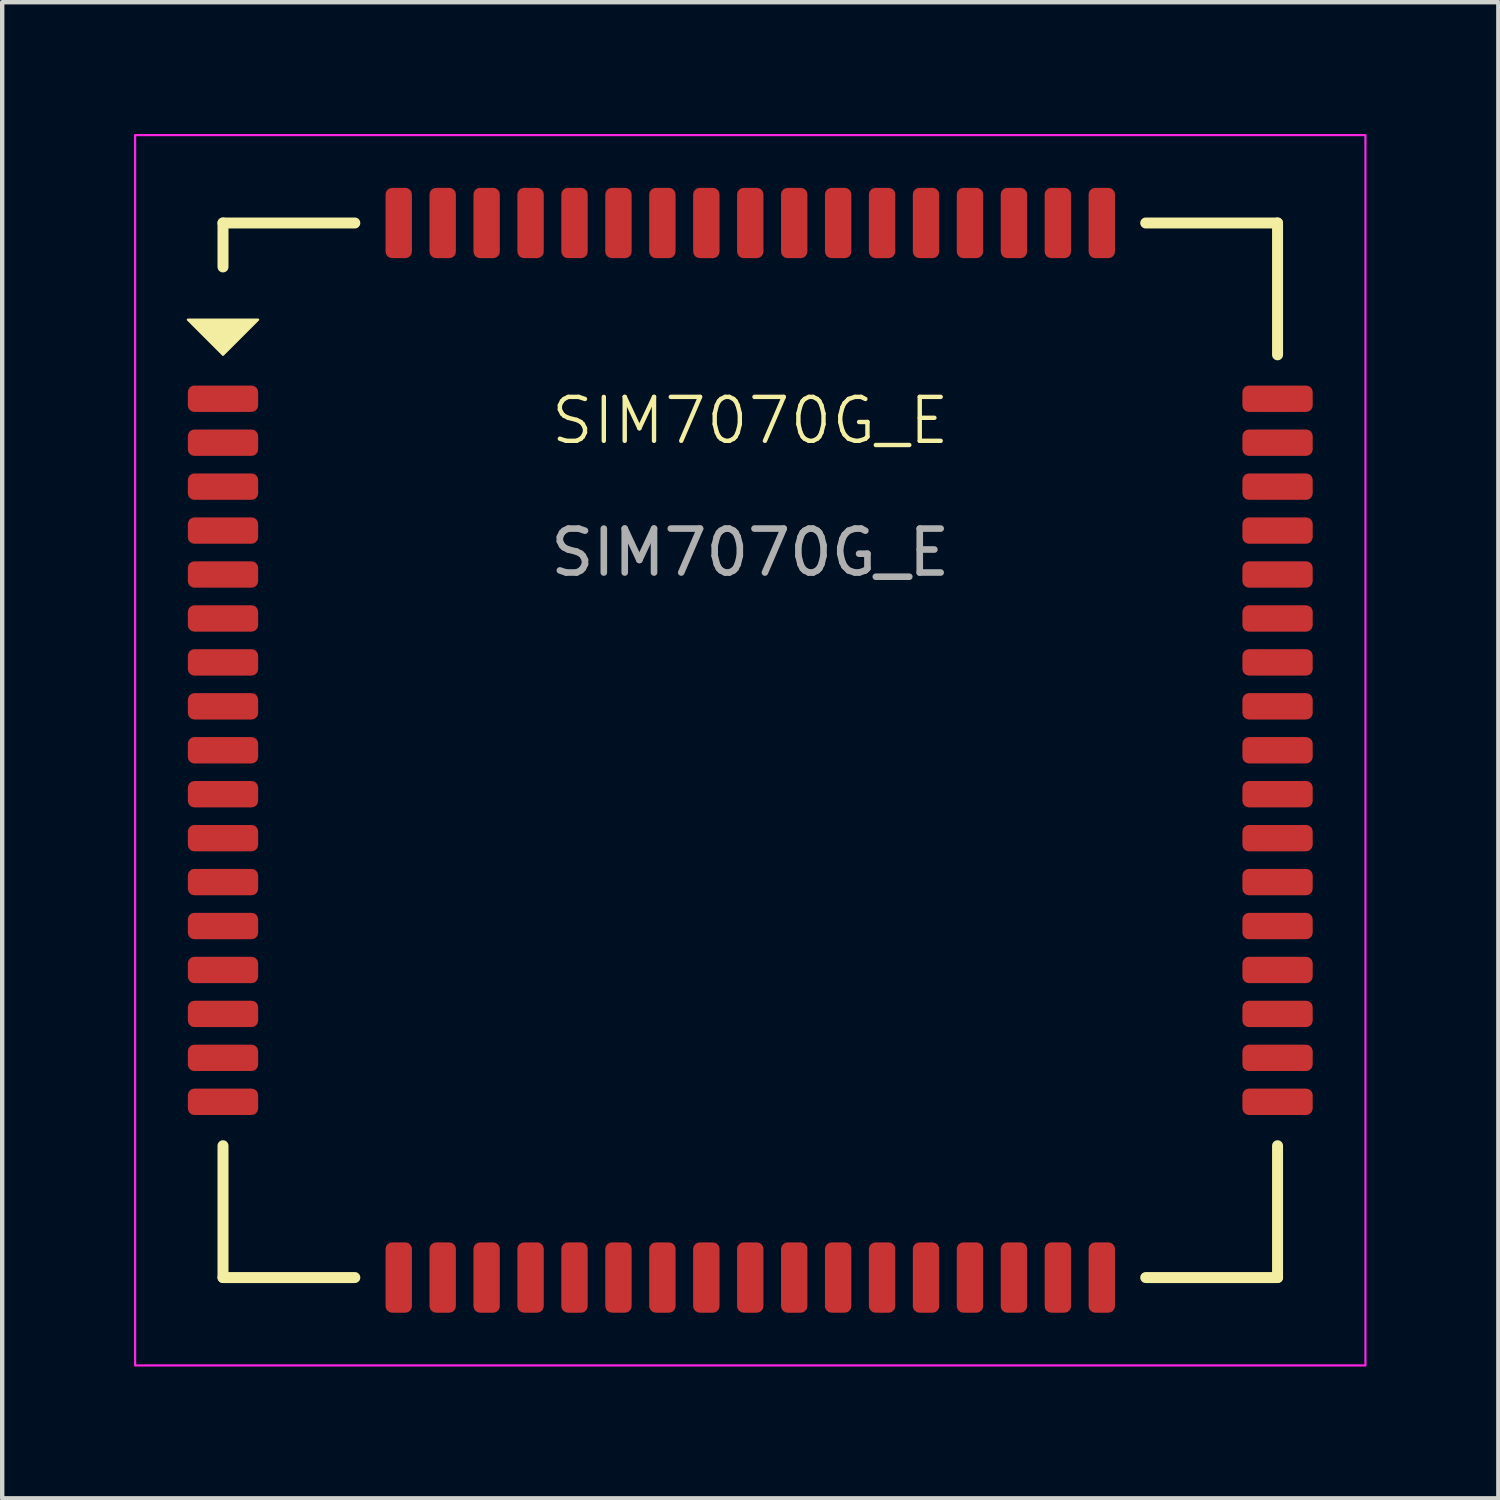
<source format=kicad_pcb>
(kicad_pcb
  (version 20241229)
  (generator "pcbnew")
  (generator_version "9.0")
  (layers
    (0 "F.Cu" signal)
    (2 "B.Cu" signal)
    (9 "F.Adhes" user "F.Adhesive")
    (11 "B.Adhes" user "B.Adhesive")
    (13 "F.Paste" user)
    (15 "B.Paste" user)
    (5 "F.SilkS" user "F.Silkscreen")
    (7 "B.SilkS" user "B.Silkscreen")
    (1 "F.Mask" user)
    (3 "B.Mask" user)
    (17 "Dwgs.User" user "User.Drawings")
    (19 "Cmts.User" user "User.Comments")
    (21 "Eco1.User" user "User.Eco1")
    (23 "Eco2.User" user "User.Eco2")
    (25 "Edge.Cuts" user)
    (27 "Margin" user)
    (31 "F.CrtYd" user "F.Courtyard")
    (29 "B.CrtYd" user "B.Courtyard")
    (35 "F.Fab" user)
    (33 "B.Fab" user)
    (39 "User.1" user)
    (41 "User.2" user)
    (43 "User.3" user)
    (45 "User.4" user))
  (footprint "SIM7070G_E"
    (layer "F.Cu")
    (at 14.025 14.025)
    (property "Reference" "SIM7070G_E" (at 0 -7.5 0) (unlocked yes) (layer "F.SilkS") (effects (font (size 1 1) (thickness 0.1))))
    (attr smd)
    (fp_line (start -12 -12) (end -12 -11) (stroke (width 0.25) (type default)) (layer "F.SilkS"))
    (fp_line (start -12 9) (end -12 12) (stroke (width 0.25) (type default)) (layer "F.SilkS"))
    (fp_line (start -12 12) (end -9 12) (stroke (width 0.25) (type default)) (layer "F.SilkS"))
    (fp_line (start -9 -12) (end -12 -12) (stroke (width 0.25) (type default)) (layer "F.SilkS"))
    (fp_line (start 9 12) (end 12 12) (stroke (width 0.25) (type default)) (layer "F.SilkS"))
    (fp_line (start 12 -12) (end 9 -12) (stroke (width 0.25) (type default)) (layer "F.SilkS"))
    (fp_line (start 12 -9) (end 12 -12) (stroke (width 0.25) (type default)) (layer "F.SilkS"))
    (fp_line (start 12 12) (end 12 9) (stroke (width 0.25) (type default)) (layer "F.SilkS"))
    (fp_poly (pts (xy -12 -9) (xy -11.2 -9.8) (xy -12.8 -9.8)) (stroke (width 0.05) (type solid)) (fill yes) (layer "F.SilkS"))
    (fp_rect (start -14 -14) (end 14 14) (stroke (width 0.05) (type default)) (fill no) (layer "F.CrtYd"))
    (fp_text user "${REFERENCE}" (at 0 -4.5 0) (unlocked yes) (layer "F.Fab") (effects (font (size 1 1) (thickness 0.15))))
    (pad "1" smd roundrect (at -12 -8) (size 1.6 0.6) (layers "F.Cu" "F.Mask" "F.Paste") (roundrect_rratio 0.25))
    (pad "2" smd roundrect (at -12 -7) (size 1.6 0.6) (layers "F.Cu" "F.Mask" "F.Paste") (roundrect_rratio 0.25))
    (pad "3" smd roundrect (at -12 -6) (size 1.6 0.6) (layers "F.Cu" "F.Mask" "F.Paste") (roundrect_rratio 0.25))
    (pad "4" smd roundrect (at -12 -5) (size 1.6 0.6) (layers "F.Cu" "F.Mask" "F.Paste") (roundrect_rratio 0.25))
    (pad "5" smd roundrect (at -12 -4) (size 1.6 0.6) (layers "F.Cu" "F.Mask" "F.Paste") (roundrect_rratio 0.25))
    (pad "6" smd roundrect (at -12 -3) (size 1.6 0.6) (layers "F.Cu" "F.Mask" "F.Paste") (roundrect_rratio 0.25))
    (pad "7" smd roundrect (at -12 -2) (size 1.6 0.6) (layers "F.Cu" "F.Mask" "F.Paste") (roundrect_rratio 0.25))
    (pad "8" smd roundrect (at -12 -1) (size 1.6 0.6) (layers "F.Cu" "F.Mask" "F.Paste") (roundrect_rratio 0.25))
    (pad "9" smd roundrect (at -12 0) (size 1.6 0.6) (layers "F.Cu" "F.Mask" "F.Paste") (roundrect_rratio 0.25))
    (pad "10" smd roundrect (at -12 1) (size 1.6 0.6) (layers "F.Cu" "F.Mask" "F.Paste") (roundrect_rratio 0.25))
    (pad "11" smd roundrect (at -12 2) (size 1.6 0.6) (layers "F.Cu" "F.Mask" "F.Paste") (roundrect_rratio 0.25))
    (pad "12" smd roundrect (at -12 3) (size 1.6 0.6) (layers "F.Cu" "F.Mask" "F.Paste") (roundrect_rratio 0.25))
    (pad "13" smd roundrect (at -12 4) (size 1.6 0.6) (layers "F.Cu" "F.Mask" "F.Paste") (roundrect_rratio 0.25))
    (pad "14" smd roundrect (at -12 5) (size 1.6 0.6) (layers "F.Cu" "F.Mask" "F.Paste") (roundrect_rratio 0.25))
    (pad "15" smd roundrect (at -12 6) (size 1.6 0.6) (layers "F.Cu" "F.Mask" "F.Paste") (roundrect_rratio 0.25))
    (pad "16" smd roundrect (at -12 7) (size 1.6 0.6) (layers "F.Cu" "F.Mask" "F.Paste") (roundrect_rratio 0.25))
    (pad "17" smd roundrect (at -12 8) (size 1.6 0.6) (layers "F.Cu" "F.Mask" "F.Paste") (roundrect_rratio 0.25))
    (pad "18" smd roundrect (at -8 12 90) (size 1.6 0.6) (layers "F.Cu" "F.Mask" "F.Paste") (roundrect_rratio 0.25))
    (pad "19" smd roundrect (at -7 12 90) (size 1.6 0.6) (layers "F.Cu" "F.Mask" "F.Paste") (roundrect_rratio 0.25))
    (pad "20" smd roundrect (at -6 12 90) (size 1.6 0.6) (layers "F.Cu" "F.Mask" "F.Paste") (roundrect_rratio 0.25))
    (pad "21" smd roundrect (at -5 12 90) (size 1.6 0.6) (layers "F.Cu" "F.Mask" "F.Paste") (roundrect_rratio 0.25))
    (pad "22" smd roundrect (at -4 12 90) (size 1.6 0.6) (layers "F.Cu" "F.Mask" "F.Paste") (roundrect_rratio 0.25))
    (pad "23" smd roundrect (at -3 12 90) (size 1.6 0.6) (layers "F.Cu" "F.Mask" "F.Paste") (roundrect_rratio 0.25))
    (pad "24" smd roundrect (at -2 12 90) (size 1.6 0.6) (layers "F.Cu" "F.Mask" "F.Paste") (roundrect_rratio 0.25))
    (pad "25" smd roundrect (at -1 12 90) (size 1.6 0.6) (layers "F.Cu" "F.Mask" "F.Paste") (roundrect_rratio 0.25))
    (pad "26" smd roundrect (at 0 12 90) (size 1.6 0.6) (layers "F.Cu" "F.Mask" "F.Paste") (roundrect_rratio 0.25))
    (pad "27" smd roundrect (at 1 12 90) (size 1.6 0.6) (layers "F.Cu" "F.Mask" "F.Paste") (roundrect_rratio 0.25))
    (pad "28" smd roundrect (at 2 12 90) (size 1.6 0.6) (layers "F.Cu" "F.Mask" "F.Paste") (roundrect_rratio 0.25))
    (pad "29" smd roundrect (at 3 12 90) (size 1.6 0.6) (layers "F.Cu" "F.Mask" "F.Paste") (roundrect_rratio 0.25))
    (pad "30" smd roundrect (at 4 12 90) (size 1.6 0.6) (layers "F.Cu" "F.Mask" "F.Paste") (roundrect_rratio 0.25))
    (pad "31" smd roundrect (at 5 12 90) (size 1.6 0.6) (layers "F.Cu" "F.Mask" "F.Paste") (roundrect_rratio 0.25))
    (pad "32" smd roundrect (at 6 12 90) (size 1.6 0.6) (layers "F.Cu" "F.Mask" "F.Paste") (roundrect_rratio 0.25))
    (pad "33" smd roundrect (at 7 12 90) (size 1.6 0.6) (layers "F.Cu" "F.Mask" "F.Paste") (roundrect_rratio 0.25))
    (pad "34" smd roundrect (at 8 12 90) (size 1.6 0.6) (layers "F.Cu" "F.Mask" "F.Paste") (roundrect_rratio 0.25))
    (pad "35" smd roundrect (at 12 8 180) (size 1.6 0.6) (layers "F.Cu" "F.Mask" "F.Paste") (roundrect_rratio 0.25))
    (pad "36" smd roundrect (at 12 7 180) (size 1.6 0.6) (layers "F.Cu" "F.Mask" "F.Paste") (roundrect_rratio 0.25))
    (pad "37" smd roundrect (at 12 6 180) (size 1.6 0.6) (layers "F.Cu" "F.Mask" "F.Paste") (roundrect_rratio 0.25))
    (pad "38" smd roundrect (at 12 5 180) (size 1.6 0.6) (layers "F.Cu" "F.Mask" "F.Paste") (roundrect_rratio 0.25))
    (pad "39" smd roundrect (at 12 4 180) (size 1.6 0.6) (layers "F.Cu" "F.Mask" "F.Paste") (roundrect_rratio 0.25))
    (pad "40" smd roundrect (at 12 3 180) (size 1.6 0.6) (layers "F.Cu" "F.Mask" "F.Paste") (roundrect_rratio 0.25))
    (pad "41" smd roundrect (at 12 2 180) (size 1.6 0.6) (layers "F.Cu" "F.Mask" "F.Paste") (roundrect_rratio 0.25))
    (pad "42" smd roundrect (at 12 1 180) (size 1.6 0.6) (layers "F.Cu" "F.Mask" "F.Paste") (roundrect_rratio 0.25))
    (pad "43" smd roundrect (at 12 0 180) (size 1.6 0.6) (layers "F.Cu" "F.Mask" "F.Paste") (roundrect_rratio 0.25))
    (pad "44" smd roundrect (at 12 -1 180) (size 1.6 0.6) (layers "F.Cu" "F.Mask" "F.Paste") (roundrect_rratio 0.25))
    (pad "45" smd roundrect (at 12 -2 180) (size 1.6 0.6) (layers "F.Cu" "F.Mask" "F.Paste") (roundrect_rratio 0.25))
    (pad "46" smd roundrect (at 12 -3 180) (size 1.6 0.6) (layers "F.Cu" "F.Mask" "F.Paste") (roundrect_rratio 0.25))
    (pad "47" smd roundrect (at 12 -4 180) (size 1.6 0.6) (layers "F.Cu" "F.Mask" "F.Paste") (roundrect_rratio 0.25))
    (pad "48" smd roundrect (at 12 -5 180) (size 1.6 0.6) (layers "F.Cu" "F.Mask" "F.Paste") (roundrect_rratio 0.25))
    (pad "49" smd roundrect (at 12 -6 180) (size 1.6 0.6) (layers "F.Cu" "F.Mask" "F.Paste") (roundrect_rratio 0.25))
    (pad "50" smd roundrect (at 12 -7 180) (size 1.6 0.6) (layers "F.Cu" "F.Mask" "F.Paste") (roundrect_rratio 0.25))
    (pad "51" smd roundrect (at 12 -8 180) (size 1.6 0.6) (layers "F.Cu" "F.Mask" "F.Paste") (roundrect_rratio 0.25))
    (pad "52" smd roundrect (at 8 -12 270) (size 1.6 0.6) (layers "F.Cu" "F.Mask" "F.Paste") (roundrect_rratio 0.25))
    (pad "53" smd roundrect (at 7 -12 270) (size 1.6 0.6) (layers "F.Cu" "F.Mask" "F.Paste") (roundrect_rratio 0.25))
    (pad "54" smd roundrect (at 6 -12 270) (size 1.6 0.6) (layers "F.Cu" "F.Mask" "F.Paste") (roundrect_rratio 0.25))
    (pad "55" smd roundrect (at 5 -12 270) (size 1.6 0.6) (layers "F.Cu" "F.Mask" "F.Paste") (roundrect_rratio 0.25))
    (pad "56" smd roundrect (at 4 -12 270) (size 1.6 0.6) (layers "F.Cu" "F.Mask" "F.Paste") (roundrect_rratio 0.25))
    (pad "57" smd roundrect (at 3 -12 270) (size 1.6 0.6) (layers "F.Cu" "F.Mask" "F.Paste") (roundrect_rratio 0.25))
    (pad "58" smd roundrect (at 2 -12 270) (size 1.6 0.6) (layers "F.Cu" "F.Mask" "F.Paste") (roundrect_rratio 0.25))
    (pad "59" smd roundrect (at 1 -12 270) (size 1.6 0.6) (layers "F.Cu" "F.Mask" "F.Paste") (roundrect_rratio 0.25))
    (pad "60" smd roundrect (at 0 -12 270) (size 1.6 0.6) (layers "F.Cu" "F.Mask" "F.Paste") (roundrect_rratio 0.25))
    (pad "61" smd roundrect (at -1 -12 270) (size 1.6 0.6) (layers "F.Cu" "F.Mask" "F.Paste") (roundrect_rratio 0.25))
    (pad "62" smd roundrect (at -2 -12 270) (size 1.6 0.6) (layers "F.Cu" "F.Mask" "F.Paste") (roundrect_rratio 0.25))
    (pad "63" smd roundrect (at -3 -12 270) (size 1.6 0.6) (layers "F.Cu" "F.Mask" "F.Paste") (roundrect_rratio 0.25))
    (pad "64" smd roundrect (at -4 -12 270) (size 1.6 0.6) (layers "F.Cu" "F.Mask" "F.Paste") (roundrect_rratio 0.25))
    (pad "65" smd roundrect (at -5 -12 270) (size 1.6 0.6) (layers "F.Cu" "F.Mask" "F.Paste") (roundrect_rratio 0.25))
    (pad "66" smd roundrect (at -6 -12 270) (size 1.6 0.6) (layers "F.Cu" "F.Mask" "F.Paste") (roundrect_rratio 0.25))
    (pad "67" smd roundrect (at -7 -12 270) (size 1.6 0.6) (layers "F.Cu" "F.Mask" "F.Paste") (roundrect_rratio 0.25))
    (pad "68" smd roundrect (at -8 -12 270) (size 1.6 0.6) (layers "F.Cu" "F.Mask" "F.Paste") (roundrect_rratio 0.25))
    (zone (net_name "") (layers "F.Cu" "B.Cu") (name "SIM7070G_E__FP_KOA") (hatch edge 0.5) (connect_pads) (min_thickness 0.25) (filled_areas_thickness no) (keepout (tracks not_allowed) (vias not_allowed) (pads not_allowed) (copperpour not_allowed) (footprints not_allowed)) (placement (enabled no)) (fill) (polygon (pts (xy 4.125 4.725) (xy 4.125 7.325) (xy 6.525 7.325) (xy 6.525 4.725))))
    (zone (net_name "") (layers "F.Cu" "B.Cu") (name "SIM7070G_E__FP_KOA") (hatch edge 0.5) (connect_pads) (min_thickness 0.25) (filled_areas_thickness no) (keepout (tracks not_allowed) (vias not_allowed) (pads not_allowed) (copperpour not_allowed) (footprints not_allowed)) (placement (enabled no)) (fill) (polygon (pts (xy 15.325 15.825) (xy 15.325 18.325) (xy 17.825 18.325) (xy 17.825 15.825)))))
  (gr_rect
    (start -3 -3)
    (end 31.05 31.05)
    (stroke (width 0.1) (type default))
    (fill no)
    (layer "Edge.Cuts")))
</source>
